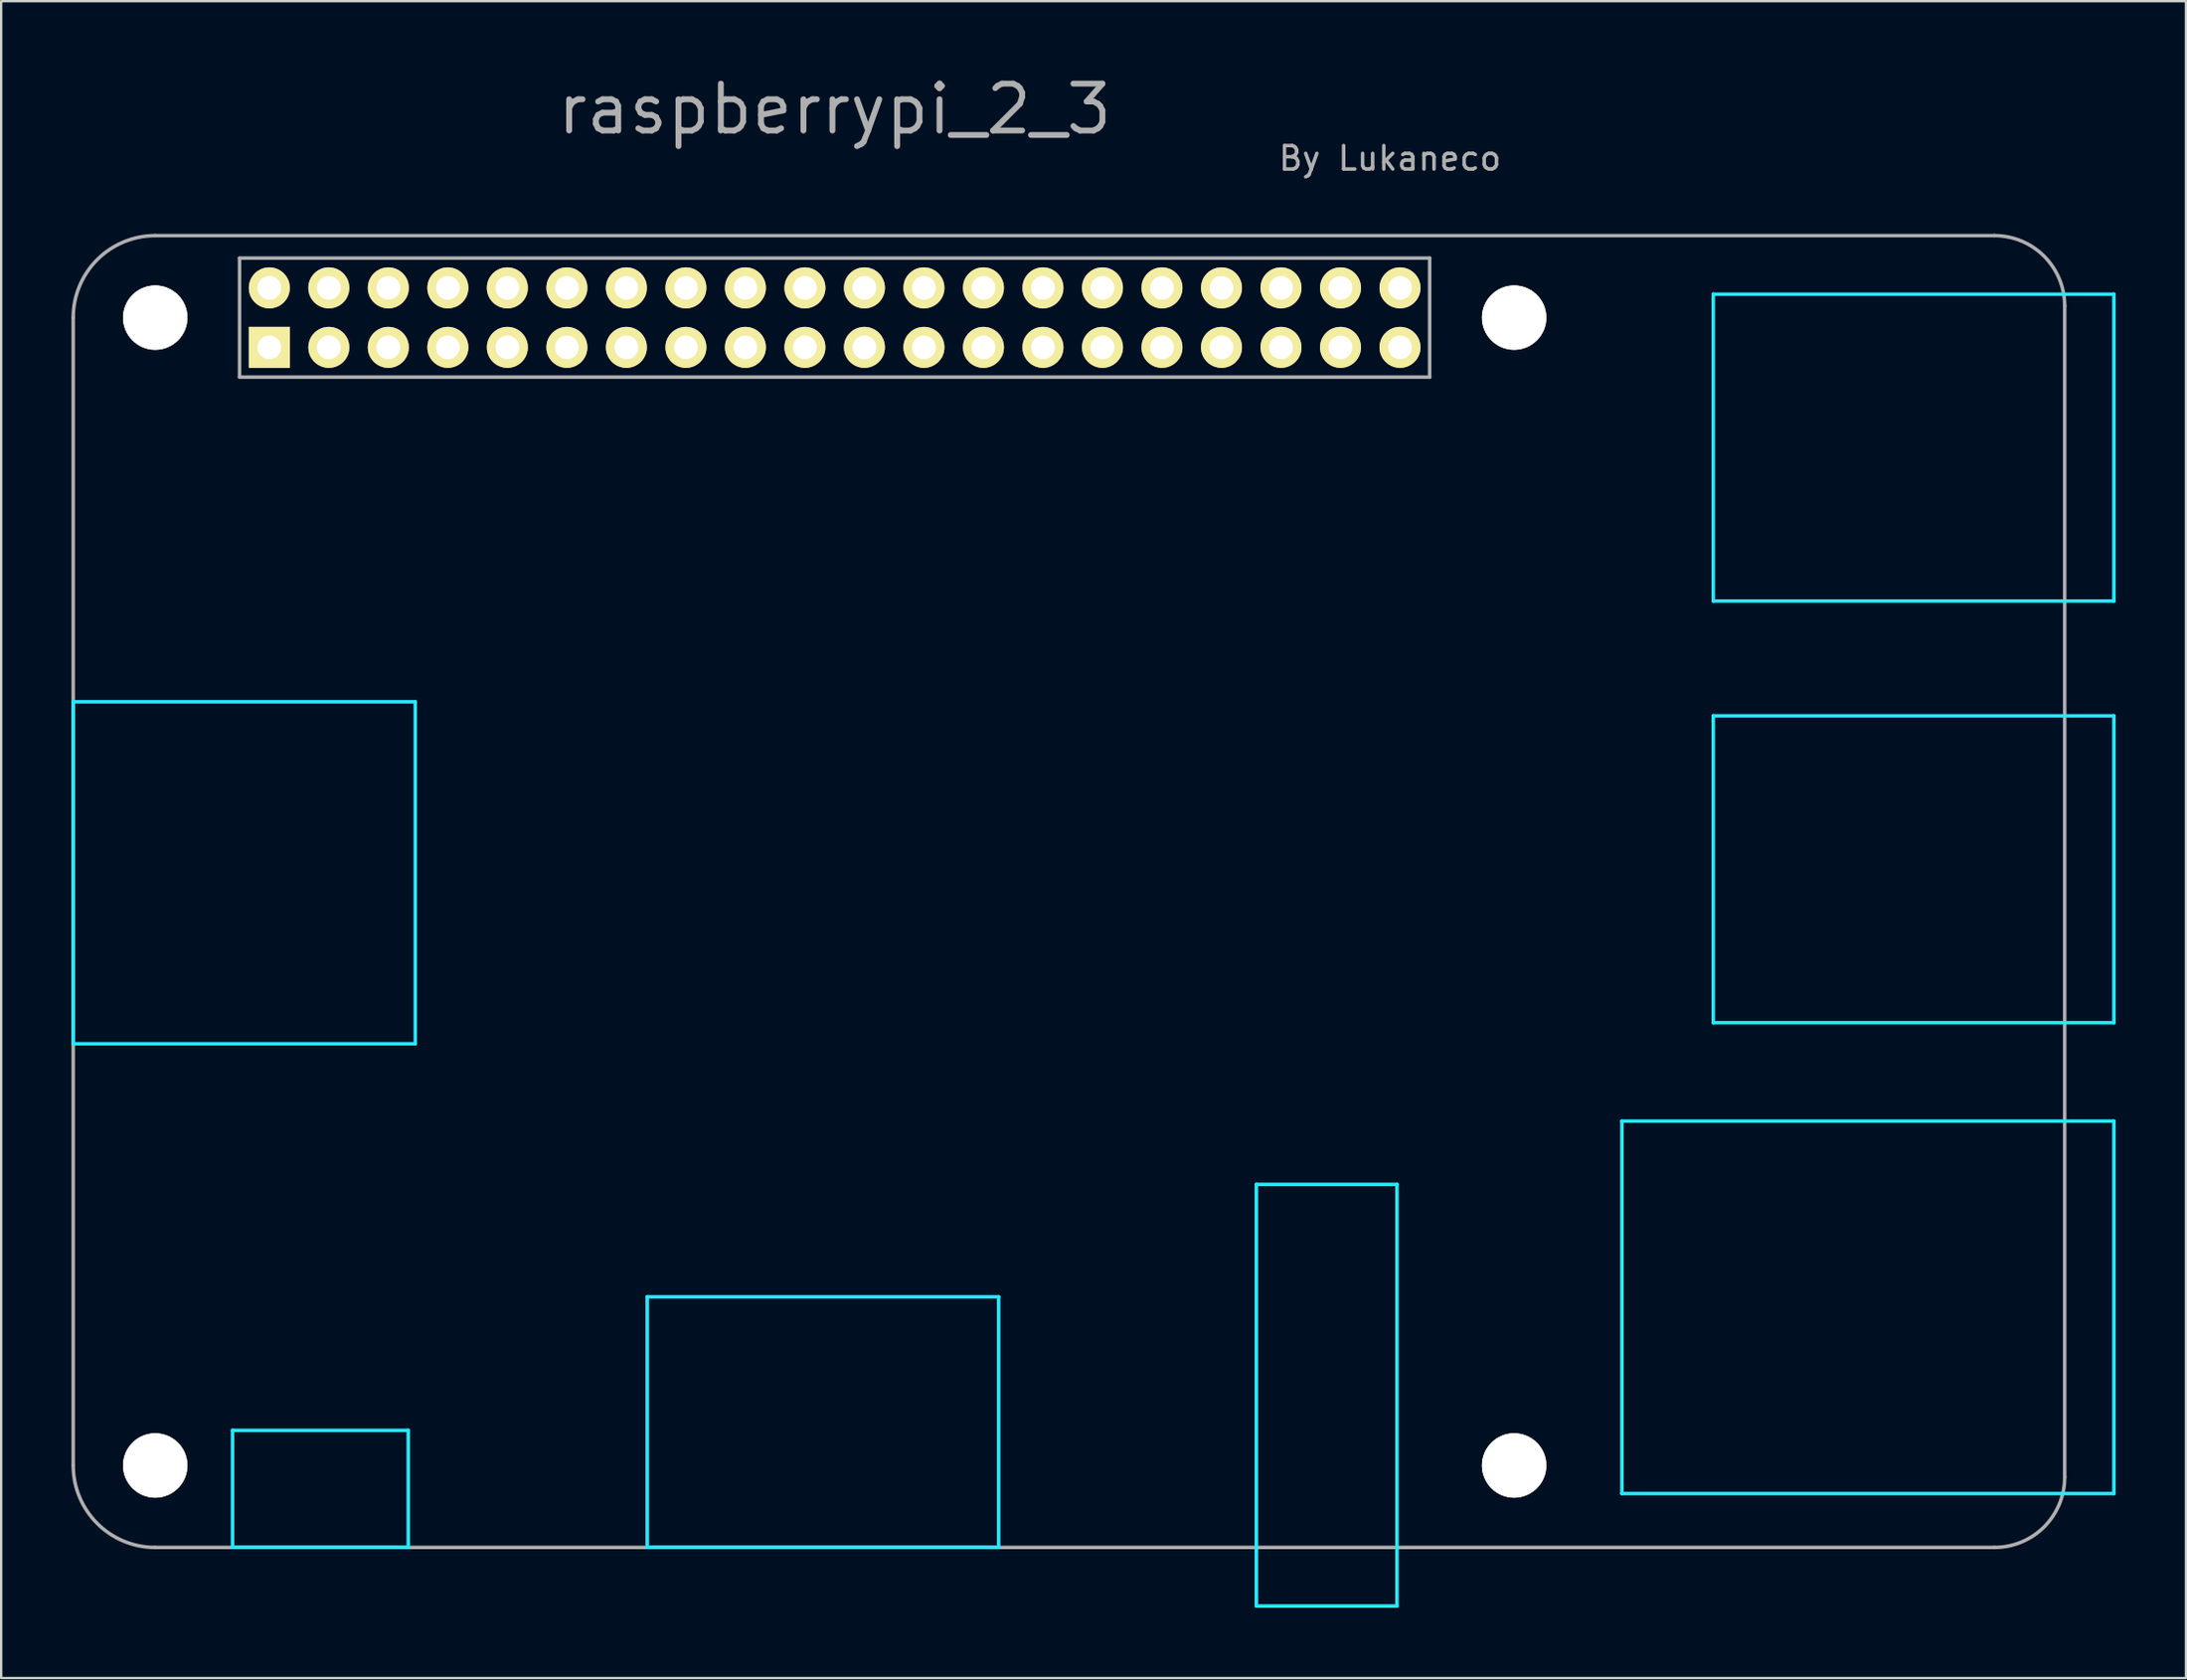
<source format=kicad_pcb>
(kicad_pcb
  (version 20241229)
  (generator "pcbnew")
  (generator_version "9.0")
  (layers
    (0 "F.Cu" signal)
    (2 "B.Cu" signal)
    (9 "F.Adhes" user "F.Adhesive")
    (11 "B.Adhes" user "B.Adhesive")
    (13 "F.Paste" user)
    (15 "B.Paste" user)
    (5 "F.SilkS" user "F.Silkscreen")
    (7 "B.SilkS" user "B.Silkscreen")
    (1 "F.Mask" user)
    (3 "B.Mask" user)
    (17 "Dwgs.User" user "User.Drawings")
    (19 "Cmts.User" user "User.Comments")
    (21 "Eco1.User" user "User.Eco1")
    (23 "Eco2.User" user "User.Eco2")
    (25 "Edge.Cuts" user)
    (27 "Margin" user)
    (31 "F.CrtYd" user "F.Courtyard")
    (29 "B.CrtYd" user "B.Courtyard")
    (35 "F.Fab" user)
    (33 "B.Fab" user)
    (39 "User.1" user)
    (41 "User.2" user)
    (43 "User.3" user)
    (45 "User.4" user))
  (footprint "raspberrypi_2_3"
    (layer "F.Cu")
    (at 32.575 10.509)
    (property "Reference" "raspberrypi_2_3" (at 0 -8.9 0) (layer "F.Fab") (effects (font (size 2 2) (thickness 0.25))))
    (attr through_hole)
    (fp_line (start -32.5 16.4) (end -32.5 31) (stroke (width 0.15) (type solid)) (layer "B.CrtYd"))
    (fp_line (start -25.7 52.5) (end -25.7 47.5) (stroke (width 0.15) (type solid)) (layer "B.CrtYd"))
    (fp_line (start -18.2 47.5) (end -25.7 47.5) (stroke (width 0.15) (type solid)) (layer "B.CrtYd"))
    (fp_line (start -18.2 52.5) (end -25.7 52.5) (stroke (width 0.15) (type solid)) (layer "B.CrtYd"))
    (fp_line (start -18.2 52.5) (end -18.2 47.5) (stroke (width 0.15) (type solid)) (layer "B.CrtYd"))
    (fp_line (start -17.9 16.4) (end -32.5 16.4) (stroke (width 0.15) (type solid)) (layer "B.CrtYd"))
    (fp_line (start -17.9 16.4) (end -17.9 31) (stroke (width 0.15) (type solid)) (layer "B.CrtYd"))
    (fp_line (start -17.9 31) (end -32.5 31) (stroke (width 0.15) (type solid)) (layer "B.CrtYd"))
    (fp_line (start -8 41.8) (end -8 52.5) (stroke (width 0.15) (type solid)) (layer "B.CrtYd"))
    (fp_line (start -8 41.8) (end 7 41.8) (stroke (width 0.15) (type solid)) (layer "B.CrtYd"))
    (fp_line (start 7 52.5) (end -8 52.5) (stroke (width 0.15) (type solid)) (layer "B.CrtYd"))
    (fp_line (start 7 52.5) (end 7 41.8) (stroke (width 0.15) (type solid)) (layer "B.CrtYd"))
    (fp_line (start 18 37) (end 18 55) (stroke (width 0.15) (type solid)) (layer "B.CrtYd"))
    (fp_line (start 18 55) (end 24 55) (stroke (width 0.15) (type solid)) (layer "B.CrtYd"))
    (fp_line (start 24 37) (end 18 37) (stroke (width 0.15) (type solid)) (layer "B.CrtYd"))
    (fp_line (start 24 55) (end 24 37) (stroke (width 0.15) (type solid)) (layer "B.CrtYd"))
    (fp_line (start 33.6 34.3) (end 54.6 34.3) (stroke (width 0.15) (type solid)) (layer "B.CrtYd"))
    (fp_line (start 33.6 50.2) (end 33.6 34.3) (stroke (width 0.15) (type solid)) (layer "B.CrtYd"))
    (fp_line (start 37.5 -1) (end 37.5 12.1) (stroke (width 0.15) (type solid)) (layer "B.CrtYd"))
    (fp_line (start 37.5 -1) (end 54.6 -1) (stroke (width 0.15) (type solid)) (layer "B.CrtYd"))
    (fp_line (start 37.5 17) (end 54.6 17) (stroke (width 0.15) (type solid)) (layer "B.CrtYd"))
    (fp_line (start 37.5 30.1) (end 37.5 17) (stroke (width 0.15) (type solid)) (layer "B.CrtYd"))
    (fp_line (start 54.6 12.1) (end 37.5 12.1) (stroke (width 0.15) (type solid)) (layer "B.CrtYd"))
    (fp_line (start 54.6 12.1) (end 54.6 -1) (stroke (width 0.15) (type solid)) (layer "B.CrtYd"))
    (fp_line (start 54.6 30.1) (end 37.5 30.1) (stroke (width 0.15) (type solid)) (layer "B.CrtYd"))
    (fp_line (start 54.6 30.1) (end 54.6 17) (stroke (width 0.15) (type solid)) (layer "B.CrtYd"))
    (fp_line (start 54.6 50.2) (end 33.6 50.2) (stroke (width 0.15) (type solid)) (layer "B.CrtYd"))
    (fp_line (start 54.6 50.2) (end 54.6 34.3) (stroke (width 0.15) (type solid)) (layer "B.CrtYd"))
    (fp_line (start -32.5 49) (end -32.5 0) (stroke (width 0.15) (type solid)) (layer "F.Fab"))
    (fp_line (start -29 52.5) (end 49.5 52.5) (stroke (width 0.15) (type solid)) (layer "F.Fab"))
    (fp_line (start -25.4 -2.54) (end -25.4 2.54) (stroke (width 0.15) (type solid)) (layer "F.Fab"))
    (fp_line (start -25.4 -2.54) (end 25.4 -2.54) (stroke (width 0.15) (type solid)) (layer "F.Fab"))
    (fp_line (start 25.395 2.54) (end 25.395 -2.54) (stroke (width 0.15) (type solid)) (layer "F.Fab"))
    (fp_line (start 25.4 2.54) (end -25.4 2.54) (stroke (width 0.15) (type solid)) (layer "F.Fab"))
    (fp_line (start 49.5 -3.5) (end -29 -3.5) (stroke (width 0.15) (type solid)) (layer "F.Fab"))
    (fp_line (start 52.5 49.5) (end 52.5 -0.5) (stroke (width 0.15) (type solid)) (layer "F.Fab"))
    (fp_arc (start -32.5 0) (mid -31.474874 -2.474874) (end -29 -3.5) (stroke (width 0.15) (type solid)) (layer "F.Fab"))
    (fp_arc (start -29 52.5) (mid -31.474874 51.474874) (end -32.5 49) (stroke (width 0.15) (type solid)) (layer "F.Fab"))
    (fp_arc (start 49.5 -3.5) (mid 51.62132 -2.62132) (end 52.5 -0.5) (stroke (width 0.15) (type solid)) (layer "F.Fab"))
    (fp_arc (start 52.5 49.5) (mid 51.62132 51.62132) (end 49.5 52.5) (stroke (width 0.15) (type solid)) (layer "F.Fab"))
    (fp_text user "By Lukaneco" (at 23.7 -6.8 0) (layer "F.Fab") (effects (font (size 1 1) (thickness 0.15))))
    (pad "" np_thru_hole circle (at -29 0) (size 2.75 2.75) (drill 2.75) (layers "*.Cu" "*.Mask" "F.SilkS"))
    (pad "" np_thru_hole circle (at -29 49) (size 2.75 2.75) (drill 2.75) (layers "*.Cu" "*.Mask" "F.SilkS"))
    (pad "" np_thru_hole circle (at 29 0) (size 2.75 2.75) (drill 2.75) (layers "*.Cu" "*.Mask" "F.SilkS"))
    (pad "" np_thru_hole circle (at 29 49) (size 2.75 2.75) (drill 2.75) (layers "*.Cu" "*.Mask" "F.SilkS"))
    (pad "1" thru_hole rect (at -24.13 1.27) (size 1.75 1.75) (drill 1.016) (layers "*.Cu" "*.Mask" "F.SilkS"))
    (pad "2" thru_hole circle (at -24.13 -1.27) (size 1.75 1.75) (drill 1.016) (layers "*.Cu" "*.Mask" "F.SilkS"))
    (pad "3" thru_hole circle (at -21.59 1.27) (size 1.75 1.75) (drill 1.016) (layers "*.Cu" "*.Mask" "F.SilkS"))
    (pad "4" thru_hole circle (at -21.59 -1.27) (size 1.75 1.75) (drill 1.016) (layers "*.Cu" "*.Mask" "F.SilkS"))
    (pad "5" thru_hole circle (at -19.05 1.27) (size 1.75 1.75) (drill 1.016) (layers "*.Cu" "*.Mask" "F.SilkS"))
    (pad "6" thru_hole circle (at -19.05 -1.27) (size 1.75 1.75) (drill 1.016) (layers "*.Cu" "*.Mask" "F.SilkS"))
    (pad "7" thru_hole circle (at -16.51 1.27) (size 1.75 1.75) (drill 1.016) (layers "*.Cu" "*.Mask" "F.SilkS"))
    (pad "8" thru_hole circle (at -16.51 -1.27) (size 1.75 1.75) (drill 1.016) (layers "*.Cu" "*.Mask" "F.SilkS"))
    (pad "9" thru_hole circle (at -13.97 1.27) (size 1.75 1.75) (drill 1.016) (layers "*.Cu" "*.Mask" "F.SilkS"))
    (pad "10" thru_hole circle (at -13.97 -1.27) (size 1.75 1.75) (drill 1.016) (layers "*.Cu" "*.Mask" "F.SilkS"))
    (pad "11" thru_hole circle (at -11.43 1.27) (size 1.75 1.75) (drill 1.016) (layers "*.Cu" "*.Mask" "F.SilkS"))
    (pad "12" thru_hole circle (at -11.43 -1.27) (size 1.75 1.75) (drill 1.016) (layers "*.Cu" "*.Mask" "F.SilkS"))
    (pad "13" thru_hole circle (at -8.89 1.27) (size 1.75 1.75) (drill 1.016) (layers "*.Cu" "*.Mask" "F.SilkS"))
    (pad "14" thru_hole circle (at -8.89 -1.27) (size 1.75 1.75) (drill 1.016) (layers "*.Cu" "*.Mask" "F.SilkS"))
    (pad "15" thru_hole circle (at -6.35 1.27) (size 1.75 1.75) (drill 1.016) (layers "*.Cu" "*.Mask" "F.SilkS"))
    (pad "16" thru_hole circle (at -6.35 -1.27) (size 1.75 1.75) (drill 1.016) (layers "*.Cu" "*.Mask" "F.SilkS"))
    (pad "17" thru_hole circle (at -3.81 1.27) (size 1.75 1.75) (drill 1.016) (layers "*.Cu" "*.Mask" "F.SilkS"))
    (pad "18" thru_hole circle (at -3.81 -1.27) (size 1.75 1.75) (drill 1.016) (layers "*.Cu" "*.Mask" "F.SilkS"))
    (pad "19" thru_hole circle (at -1.27 1.27) (size 1.75 1.75) (drill 1.016) (layers "*.Cu" "*.Mask" "F.SilkS"))
    (pad "20" thru_hole circle (at -1.27 -1.27) (size 1.75 1.75) (drill 1.016) (layers "*.Cu" "*.Mask" "F.SilkS"))
    (pad "21" thru_hole circle (at 1.27 1.27) (size 1.75 1.75) (drill 1.016) (layers "*.Cu" "*.Mask" "F.SilkS"))
    (pad "22" thru_hole circle (at 1.27 -1.27) (size 1.75 1.75) (drill 1.016) (layers "*.Cu" "*.Mask" "F.SilkS"))
    (pad "23" thru_hole circle (at 3.81 1.27) (size 1.75 1.75) (drill 1.016) (layers "*.Cu" "*.Mask" "F.SilkS"))
    (pad "24" thru_hole circle (at 3.81 -1.27) (size 1.75 1.75) (drill 1.016) (layers "*.Cu" "*.Mask" "F.SilkS"))
    (pad "25" thru_hole circle (at 6.35 1.27) (size 1.75 1.75) (drill 1.016) (layers "*.Cu" "*.Mask" "F.SilkS"))
    (pad "26" thru_hole circle (at 6.35 -1.27) (size 1.75 1.75) (drill 1.016) (layers "*.Cu" "*.Mask" "F.SilkS"))
    (pad "27" thru_hole circle (at 8.89 1.27) (size 1.75 1.75) (drill 1.016) (layers "*.Cu" "*.Mask" "F.SilkS"))
    (pad "28" thru_hole circle (at 8.89 -1.27) (size 1.75 1.75) (drill 1.016) (layers "*.Cu" "*.Mask" "F.SilkS"))
    (pad "29" thru_hole circle (at 11.43 1.27) (size 1.75 1.75) (drill 1.016) (layers "*.Cu" "*.Mask" "F.SilkS"))
    (pad "30" thru_hole circle (at 11.43 -1.27) (size 1.75 1.75) (drill 1.016) (layers "*.Cu" "*.Mask" "F.SilkS"))
    (pad "31" thru_hole circle (at 13.97 1.27) (size 1.75 1.75) (drill 1.016) (layers "*.Cu" "*.Mask" "F.SilkS"))
    (pad "32" thru_hole circle (at 13.97 -1.27) (size 1.75 1.75) (drill 1.016) (layers "*.Cu" "*.Mask" "F.SilkS"))
    (pad "33" thru_hole circle (at 16.51 1.27) (size 1.75 1.75) (drill 1.016) (layers "*.Cu" "*.Mask" "F.SilkS"))
    (pad "34" thru_hole circle (at 16.51 -1.27) (size 1.75 1.75) (drill 1.016) (layers "*.Cu" "*.Mask" "F.SilkS"))
    (pad "35" thru_hole circle (at 19.05 1.27) (size 1.75 1.75) (drill 1.016) (layers "*.Cu" "*.Mask" "F.SilkS"))
    (pad "36" thru_hole circle (at 19.05 -1.27) (size 1.75 1.75) (drill 1.016) (layers "*.Cu" "*.Mask" "F.SilkS"))
    (pad "37" thru_hole circle (at 21.59 1.27) (size 1.75 1.75) (drill 1.016) (layers "*.Cu" "*.Mask" "F.SilkS"))
    (pad "38" thru_hole circle (at 21.59 -1.27) (size 1.75 1.75) (drill 1.016) (layers "*.Cu" "*.Mask" "F.SilkS"))
    (pad "39" thru_hole circle (at 24.13 1.27) (size 1.75 1.75) (drill 1.016) (layers "*.Cu" "*.Mask" "F.SilkS"))
    (pad "40" thru_hole circle (at 24.13 -1.27) (size 1.75 1.75) (drill 1.016) (layers "*.Cu" "*.Mask" "F.SilkS")))
  (gr_rect
    (start -3 -3)
    (end 90.25 68.584)
    (stroke (width 0.1) (type default))
    (fill no)
    (layer "Edge.Cuts")))
</source>
